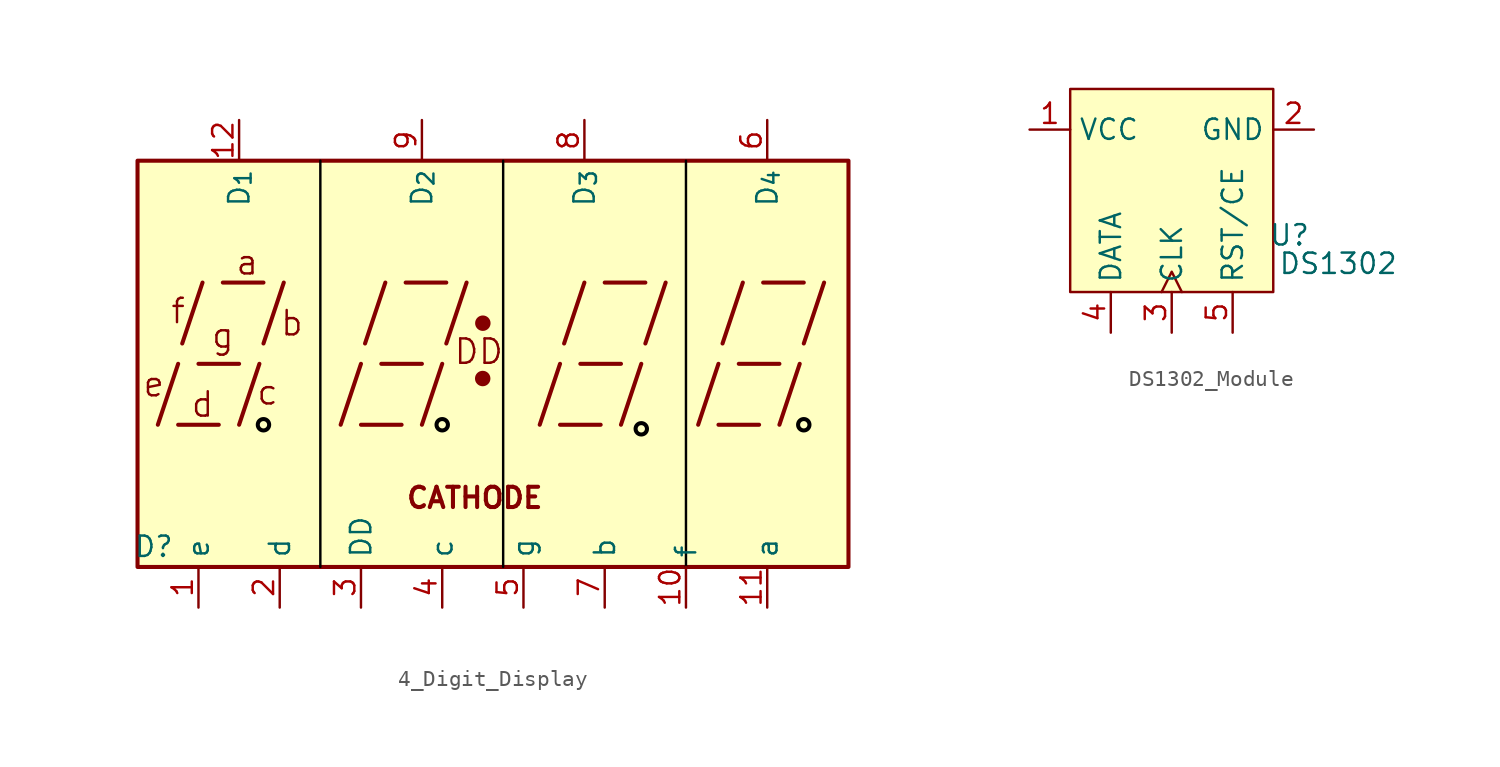
<source format=kicad_sym>
(kicad_symbol_lib
  (version 20241209)
  (generator "kicad_symbol_editor")
  (generator_version "9.0")
  (symbol "4_Digit_Display"
    (property "Reference" "D"
      (at -21.844 -10.16 0)
      (effects (font (size 1.27 1.27))))
    (property "Value" ""
      (at 0 0 0)
      (effects (font (size 1.27 1.27))))
    (symbol "4_Digit_Display_0_0"
      (rectangle (start -22.86 13.97) (end 21.59 -11.43) (stroke (width 0.254) (type default)) (fill (type background)))
      (polyline (pts (xy -21.59 -2.54) (xy -20.32 1.27)) (stroke (width 0.254) (type default)) (fill (type none)))
      (polyline (pts (xy -20.32 -2.54) (xy -17.78 -2.54)) (stroke (width 0.254) (type default)) (fill (type none)))
      (polyline (pts (xy -20.066 2.54) (xy -18.796 6.35)) (stroke (width 0.254) (type default)) (fill (type none)))
      (polyline (pts (xy -19.05 1.27) (xy -16.51 1.27)) (stroke (width 0.254) (type default)) (fill (type none)))
      (polyline (pts (xy -17.526 6.35) (xy -14.986 6.35)) (stroke (width 0.254) (type default)) (fill (type none)))
      (polyline (pts (xy -16.51 -2.54) (xy -15.24 1.27)) (stroke (width 0.254) (type default)) (fill (type none)))
      (polyline (pts (xy -14.986 2.54) (xy -13.716 6.35)) (stroke (width 0.254) (type default)) (fill (type none)))
      (polyline (pts (xy -10.16 -2.54) (xy -8.89 1.27)) (stroke (width 0.254) (type default)) (fill (type none)))
      (polyline (pts (xy -8.89 -2.54) (xy -6.35 -2.54)) (stroke (width 0.254) (type default)) (fill (type none)))
      (polyline (pts (xy -8.636 2.54) (xy -7.366 6.35)) (stroke (width 0.254) (type default)) (fill (type none)))
      (polyline (pts (xy -7.62 1.27) (xy -5.08 1.27)) (stroke (width 0.254) (type default)) (fill (type none)))
      (polyline (pts (xy -6.096 6.35) (xy -3.556 6.35)) (stroke (width 0.254) (type default)) (fill (type none)))
      (polyline (pts (xy -5.08 -2.54) (xy -3.81 1.27)) (stroke (width 0.254) (type default)) (fill (type none)))
      (polyline (pts (xy -3.556 2.54) (xy -2.286 6.35)) (stroke (width 0.254) (type default)) (fill (type none)))
      (polyline (pts (xy 2.286 -2.54) (xy 3.556 1.27)) (stroke (width 0.254) (type default)) (fill (type none)))
      (polyline (pts (xy 3.556 -2.54) (xy 6.096 -2.54)) (stroke (width 0.254) (type default)) (fill (type none)))
      (polyline (pts (xy 3.81 2.54) (xy 5.08 6.35)) (stroke (width 0.254) (type default)) (fill (type none)))
      (polyline (pts (xy 4.826 1.27) (xy 7.366 1.27)) (stroke (width 0.254) (type default)) (fill (type none)))
      (polyline (pts (xy 6.35 6.35) (xy 8.89 6.35)) (stroke (width 0.254) (type default)) (fill (type none)))
      (polyline (pts (xy 7.366 -2.54) (xy 8.636 1.27)) (stroke (width 0.254) (type default)) (fill (type none)))
      (polyline (pts (xy 8.89 2.54) (xy 10.16 6.35)) (stroke (width 0.254) (type default)) (fill (type none)))
      (polyline (pts (xy 12.192 -2.54) (xy 13.462 1.27)) (stroke (width 0.254) (type default)) (fill (type none)))
      (polyline (pts (xy 13.462 -2.54) (xy 16.002 -2.54)) (stroke (width 0.254) (type default)) (fill (type none)))
      (polyline (pts (xy 13.716 2.54) (xy 14.986 6.35)) (stroke (width 0.254) (type default)) (fill (type none)))
      (polyline (pts (xy 14.732 1.27) (xy 17.272 1.27)) (stroke (width 0.254) (type default)) (fill (type none)))
      (polyline (pts (xy 16.256 6.35) (xy 18.796 6.35)) (stroke (width 0.254) (type default)) (fill (type none)))
      (polyline (pts (xy 17.272 -2.54) (xy 18.542 1.27)) (stroke (width 0.254) (type default)) (fill (type none)))
      (polyline (pts (xy 18.796 2.54) (xy 20.066 6.35)) (stroke (width 0.254) (type default)) (fill (type none)))
      (text "a" (at -16.002 7.62 0) (effects (font (size 1.524 1.524)))))
    (symbol "4_Digit_Display_0_1"
      (circle (center -14.986 -2.54) (radius 0.356) (stroke (width 0.254) (type default) (color 0 0 0 0.3)) (fill (type none)))
      (polyline (pts (xy -11.43 13.97) (xy -11.43 -11.43)) (stroke (width 0) (type default) (color 0 0 0 0.5)) (fill (type none)))
      (circle (center -3.81 -2.54) (radius 0.356) (stroke (width 0.254) (type solid) (color 0 0 0 0.3)) (fill (type none)))
      (circle (center -1.279 0.35) (radius 0.356) (stroke (width 0.254) (type default)) (fill (type outline)))
      (circle (center -1.27 3.81) (radius 0.356) (stroke (width 0.254) (type default)) (fill (type outline)))
      (polyline (pts (xy 0 13.97) (xy 0 -11.43)) (stroke (width 0) (type default) (color 0 0 0 0.5)) (fill (type none)))
      (polyline (pts (xy 11.43 13.97) (xy 11.43 -11.43)) (stroke (width 0) (type default) (color 0 0 0 0.5)) (fill (type none))))
    (symbol "4_Digit_Display_1_0"
      (circle (center 8.636 -2.794) (radius 0.356) (stroke (width 0.254) (type default) (color 0 0 0 0.3)) (fill (type none)))
      (circle (center 18.796 -2.54) (radius 0.356) (stroke (width 0.254) (type default) (color 0 0 0 0.3)) (fill (type none))))
    (symbol "4_Digit_Display_1_1"
      (text "e" (at -21.844 0 0) (effects (font (size 1.524 1.524))))
      (text "f" (at -20.32 4.572 0) (effects (font (size 1.524 1.524))))
      (text "d" (at -18.796 -1.27 0) (effects (font (size 1.524 1.524))))
      (text "g" (at -17.526 3.048 0) (effects (font (size 1.524 1.524))))
      (text "c" (at -14.732 -0.508 0) (effects (font (size 1.524 1.524))))
      (text "b" (at -13.208 3.81 0) (effects (font (size 1.524 1.524))))
      (text "CATHODE" (at -1.778 -7.112 0) (effects (font (size 1.27 1.27) (thickness 0.254) (bold yes))))
      (text "DD" (at -1.524 2.032 0) (effects (font (size 1.524 1.524))))
      (pin input line (at -19.05 -13.97 90) (length 2.54) (name "e" (effects (font (size 1.27 1.27)))) (number "1" (effects (font (size 1.27 1.27)))))
      (pin input line (at -16.51 16.51 270) (length 2.54) (name "D_{1}" (effects (font (size 1.27 1.27)))) (number "12" (effects (font (size 1.27 1.27)))))
      (pin input line (at -13.97 -13.97 90) (length 2.54) (name "d" (effects (font (size 1.27 1.27)))) (number "2" (effects (font (size 1.27 1.27)))))
      (pin input line (at -8.89 -13.97 90) (length 2.54) (name "DD" (effects (font (size 1.27 1.27)))) (number "3" (effects (font (size 1.27 1.27)))))
      (pin input line (at -5.08 16.51 270) (length 2.54) (name "D_{2}" (effects (font (size 1.27 1.27)))) (number "9" (effects (font (size 1.27 1.27)))))
      (pin input line (at -3.81 -13.97 90) (length 2.54) (name "c" (effects (font (size 1.27 1.27)))) (number "4" (effects (font (size 1.27 1.27)))))
      (pin input line (at 1.27 -13.97 90) (length 2.54) (name "g" (effects (font (size 1.27 1.27)))) (number "5" (effects (font (size 1.27 1.27)))))
      (pin input line (at 5.08 16.51 270) (length 2.54) (name "D_{3}" (effects (font (size 1.27 1.27)))) (number "8" (effects (font (size 1.27 1.27)))))
      (pin input line (at 6.35 -13.97 90) (length 2.54) (name "b" (effects (font (size 1.27 1.27)))) (number "7" (effects (font (size 1.27 1.27)))))
      (pin input line (at 11.43 -13.97 90) (length 2.54) (name "f" (effects (font (size 1.27 1.27)))) (number "10" (effects (font (size 1.27 1.27)))))
      (pin input line (at 16.51 16.51 270) (length 2.54) (name "D_{4}" (effects (font (size 1.27 1.27)))) (number "6" (effects (font (size 1.27 1.27)))))
      (pin input line (at 16.51 -13.97 90) (length 2.54) (name "a" (effects (font (size 1.27 1.27)))) (number "11" (effects (font (size 1.27 1.27)))))))
  (symbol "DS1302_Module"
    (property "Reference" "U"
      (at 7.366 -1.524 0)
      (effects (font (size 1.27 1.27))))
    (property "Value" "DS1302"
      (at 10.414 -3.302 0)
      (effects (font (size 1.27 1.27))))
    (symbol "DS1302_Module_0_1"
      (rectangle (start -6.35 7.62) (end 6.35 -5.08) (stroke (width 0) (type default)) (fill (type color) (color 255 255 194 1))))
    (symbol "DS1302_Module_1_1"
      (pin power_in line (at -8.89 5.08 0) (length 2.54) (name "VCC" (effects (font (size 1.27 1.27)))) (number "1" (effects (font (size 1.27 1.27)))))
      (pin bidirectional line (at -3.81 -7.62 90) (length 2.54) (name "DATA" (effects (font (size 1.27 1.27)))) (number "4" (effects (font (size 1.27 1.27)))))
      (pin input clock (at 0 -7.62 90) (length 2.54) (name "CLK" (effects (font (size 1.27 1.27)))) (number "3" (effects (font (size 1.27 1.27)))))
      (pin input line (at 3.81 -7.62 90) (length 2.54) (name "RST/CE" (effects (font (size 1.27 1.27)))) (number "5" (effects (font (size 1.27 1.27)))))
      (pin power_in line (at 8.89 5.08 180) (length 2.54) (name "GND" (effects (font (size 1.27 1.27)))) (number "2" (effects (font (size 1.27 1.27))))))))
</source>
